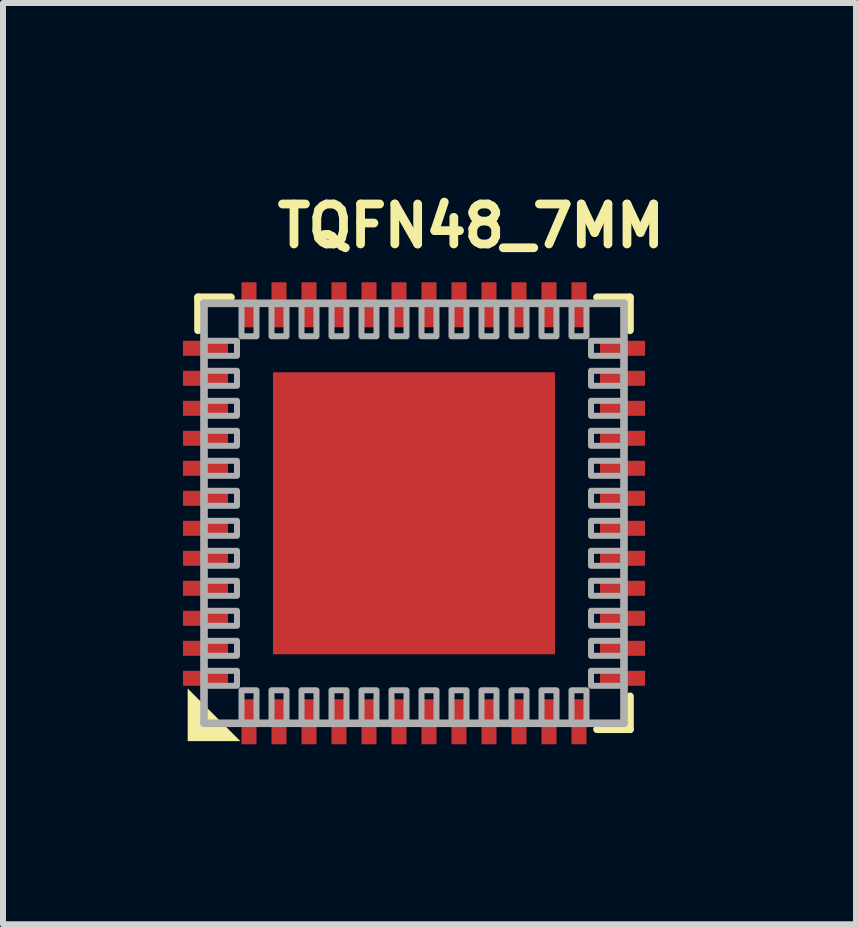
<source format=kicad_pcb>
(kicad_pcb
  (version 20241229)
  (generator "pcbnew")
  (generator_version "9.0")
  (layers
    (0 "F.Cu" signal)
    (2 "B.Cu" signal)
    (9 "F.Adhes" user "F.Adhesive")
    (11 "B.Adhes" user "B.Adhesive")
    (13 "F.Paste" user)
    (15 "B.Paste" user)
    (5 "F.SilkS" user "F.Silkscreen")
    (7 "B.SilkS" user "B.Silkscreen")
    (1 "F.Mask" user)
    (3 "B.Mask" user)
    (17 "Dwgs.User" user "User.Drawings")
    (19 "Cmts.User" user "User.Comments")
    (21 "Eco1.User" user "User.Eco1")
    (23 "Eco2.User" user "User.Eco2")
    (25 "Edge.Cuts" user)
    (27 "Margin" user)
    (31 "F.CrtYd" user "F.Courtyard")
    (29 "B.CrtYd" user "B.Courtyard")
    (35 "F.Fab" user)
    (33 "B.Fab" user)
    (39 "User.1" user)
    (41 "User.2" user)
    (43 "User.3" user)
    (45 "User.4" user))
  (footprint "TQFN48_7MM"
    (layer "F.Cu")
    (at 3.85 5.505)
    (property "Reference" "TQFN48_7MM" (at -2.35 -4.4 0) (layer "F.SilkS") (effects (font (size 0.666 0.666) (thickness 0.146)) (justify left bottom)))
    (fp_line (start -3.6 -3.6) (end -3.6 -3.05) (stroke (width 0.127) (type solid)) (layer "F.SilkS"))
    (fp_line (start -3.05 -3.6) (end -3.6 -3.6) (stroke (width 0.127) (type solid)) (layer "F.SilkS"))
    (fp_line (start 3.05 -3.6) (end 3.6 -3.6) (stroke (width 0.127) (type solid)) (layer "F.SilkS"))
    (fp_line (start 3.6 -3.6) (end 3.6 -3.05) (stroke (width 0.127) (type solid)) (layer "F.SilkS"))
    (fp_line (start 3.6 3.05) (end 3.6 3.6) (stroke (width 0.127) (type solid)) (layer "F.SilkS"))
    (fp_line (start 3.6 3.6) (end 3.05 3.6) (stroke (width 0.127) (type solid)) (layer "F.SilkS"))
    (fp_poly (pts (xy -2.895 3.797) (xy -3.772 3.797) (xy -3.772 2.92)) (stroke (width 0) (type default)) (fill yes) (layer "F.SilkS"))
    (fp_poly (pts (xy -2 -0.5) (xy -1 -0.5) (xy -1 -2) (xy -2 -2)) (stroke (width 0) (type default)) (fill yes) (layer "F.Paste"))
    (fp_poly (pts (xy -2 2) (xy -1 2) (xy -1 0.5) (xy -2 0.5)) (stroke (width 0) (type default)) (fill yes) (layer "F.Paste"))
    (fp_poly (pts (xy -0.5 -0.5) (xy 0.5 -0.5) (xy 0.5 -2) (xy -0.5 -2)) (stroke (width 0) (type default)) (fill yes) (layer "F.Paste"))
    (fp_poly (pts (xy -0.5 2) (xy 0.5 2) (xy 0.5 0.5) (xy -0.5 0.5)) (stroke (width 0) (type default)) (fill yes) (layer "F.Paste"))
    (fp_poly (pts (xy 1 -0.5) (xy 2 -0.5) (xy 2 -2) (xy 1 -2)) (stroke (width 0) (type default)) (fill yes) (layer "F.Paste"))
    (fp_poly (pts (xy 1 2) (xy 2 2) (xy 2 0.5) (xy 1 0.5)) (stroke (width 0) (type default)) (fill yes) (layer "F.Paste"))
    (fp_line (start -3.5 -3.5) (end 3.5 -3.5) (stroke (width 0.127) (type solid)) (layer "F.Fab"))
    (fp_line (start -3.5 3.5) (end -3.5 -3.5) (stroke (width 0.127) (type solid)) (layer "F.Fab"))
    (fp_line (start 3.5 -3.5) (end 3.5 3.5) (stroke (width 0.127) (type solid)) (layer "F.Fab"))
    (fp_line (start 3.5 3.5) (end -3.5 3.5) (stroke (width 0.127) (type solid)) (layer "F.Fab"))
    (fp_poly (pts (xy -3.5 -2.625) (xy -2.95 -2.625) (xy -2.95 -2.875) (xy -3.5 -2.875)) (stroke (width 0.1) (type default)) (fill no) (layer "F.Fab"))
    (fp_poly (pts (xy -3.5 -2.125) (xy -2.95 -2.125) (xy -2.95 -2.375) (xy -3.5 -2.375)) (stroke (width 0.1) (type default)) (fill no) (layer "F.Fab"))
    (fp_poly (pts (xy -3.5 -1.625) (xy -2.95 -1.625) (xy -2.95 -1.875) (xy -3.5 -1.875)) (stroke (width 0.1) (type default)) (fill no) (layer "F.Fab"))
    (fp_poly (pts (xy -3.5 -1.125) (xy -2.95 -1.125) (xy -2.95 -1.375) (xy -3.5 -1.375)) (stroke (width 0.1) (type default)) (fill no) (layer "F.Fab"))
    (fp_poly (pts (xy -3.5 -0.625) (xy -2.95 -0.625) (xy -2.95 -0.875) (xy -3.5 -0.875)) (stroke (width 0.1) (type default)) (fill no) (layer "F.Fab"))
    (fp_poly (pts (xy -3.5 -0.125) (xy -2.95 -0.125) (xy -2.95 -0.375) (xy -3.5 -0.375)) (stroke (width 0.1) (type default)) (fill no) (layer "F.Fab"))
    (fp_poly (pts (xy -3.5 0.375) (xy -2.95 0.375) (xy -2.95 0.125) (xy -3.5 0.125)) (stroke (width 0.1) (type default)) (fill no) (layer "F.Fab"))
    (fp_poly (pts (xy -3.5 0.875) (xy -2.95 0.875) (xy -2.95 0.625) (xy -3.5 0.625)) (stroke (width 0.1) (type default)) (fill no) (layer "F.Fab"))
    (fp_poly (pts (xy -3.5 1.375) (xy -2.95 1.375) (xy -2.95 1.125) (xy -3.5 1.125)) (stroke (width 0.1) (type default)) (fill no) (layer "F.Fab"))
    (fp_poly (pts (xy -3.5 1.875) (xy -2.95 1.875) (xy -2.95 1.625) (xy -3.5 1.625)) (stroke (width 0.1) (type default)) (fill no) (layer "F.Fab"))
    (fp_poly (pts (xy -3.5 2.375) (xy -2.95 2.375) (xy -2.95 2.125) (xy -3.5 2.125)) (stroke (width 0.1) (type default)) (fill no) (layer "F.Fab"))
    (fp_poly (pts (xy -3.5 2.875) (xy -2.95 2.875) (xy -2.95 2.625) (xy -3.5 2.625)) (stroke (width 0.1) (type default)) (fill no) (layer "F.Fab"))
    (fp_poly (pts (xy -2.875 -3.5) (xy -2.875 -2.95) (xy -2.625 -2.95) (xy -2.625 -3.5)) (stroke (width 0.1) (type default)) (fill no) (layer "F.Fab"))
    (fp_poly (pts (xy -2.625 3.5) (xy -2.625 2.95) (xy -2.875 2.95) (xy -2.875 3.5)) (stroke (width 0.1) (type default)) (fill no) (layer "F.Fab"))
    (fp_poly (pts (xy -2.375 -3.5) (xy -2.375 -2.95) (xy -2.125 -2.95) (xy -2.125 -3.5)) (stroke (width 0.1) (type default)) (fill no) (layer "F.Fab"))
    (fp_poly (pts (xy -2.125 3.5) (xy -2.125 2.95) (xy -2.375 2.95) (xy -2.375 3.5)) (stroke (width 0.1) (type default)) (fill no) (layer "F.Fab"))
    (fp_poly (pts (xy -1.875 -3.5) (xy -1.875 -2.95) (xy -1.625 -2.95) (xy -1.625 -3.5)) (stroke (width 0.1) (type default)) (fill no) (layer "F.Fab"))
    (fp_poly (pts (xy -1.625 3.5) (xy -1.625 2.95) (xy -1.875 2.95) (xy -1.875 3.5)) (stroke (width 0.1) (type default)) (fill no) (layer "F.Fab"))
    (fp_poly (pts (xy -1.375 -3.5) (xy -1.375 -2.95) (xy -1.125 -2.95) (xy -1.125 -3.5)) (stroke (width 0.1) (type default)) (fill no) (layer "F.Fab"))
    (fp_poly (pts (xy -1.125 3.5) (xy -1.125 2.95) (xy -1.375 2.95) (xy -1.375 3.5)) (stroke (width 0.1) (type default)) (fill no) (layer "F.Fab"))
    (fp_poly (pts (xy -0.875 -3.5) (xy -0.875 -2.95) (xy -0.625 -2.95) (xy -0.625 -3.5)) (stroke (width 0.1) (type default)) (fill no) (layer "F.Fab"))
    (fp_poly (pts (xy -0.625 3.5) (xy -0.625 2.95) (xy -0.875 2.95) (xy -0.875 3.5)) (stroke (width 0.1) (type default)) (fill no) (layer "F.Fab"))
    (fp_poly (pts (xy -0.375 -3.5) (xy -0.375 -2.95) (xy -0.125 -2.95) (xy -0.125 -3.5)) (stroke (width 0.1) (type default)) (fill no) (layer "F.Fab"))
    (fp_poly (pts (xy -0.125 3.5) (xy -0.125 2.95) (xy -0.375 2.95) (xy -0.375 3.5)) (stroke (width 0.1) (type default)) (fill no) (layer "F.Fab"))
    (fp_poly (pts (xy 0.125 -3.5) (xy 0.125 -2.95) (xy 0.375 -2.95) (xy 0.375 -3.5)) (stroke (width 0.1) (type default)) (fill no) (layer "F.Fab"))
    (fp_poly (pts (xy 0.375 3.5) (xy 0.375 2.95) (xy 0.125 2.95) (xy 0.125 3.5)) (stroke (width 0.1) (type default)) (fill no) (layer "F.Fab"))
    (fp_poly (pts (xy 0.625 -3.5) (xy 0.625 -2.95) (xy 0.875 -2.95) (xy 0.875 -3.5)) (stroke (width 0.1) (type default)) (fill no) (layer "F.Fab"))
    (fp_poly (pts (xy 0.875 3.5) (xy 0.875 2.95) (xy 0.625 2.95) (xy 0.625 3.5)) (stroke (width 0.1) (type default)) (fill no) (layer "F.Fab"))
    (fp_poly (pts (xy 1.125 -3.5) (xy 1.125 -2.95) (xy 1.375 -2.95) (xy 1.375 -3.5)) (stroke (width 0.1) (type default)) (fill no) (layer "F.Fab"))
    (fp_poly (pts (xy 1.375 3.5) (xy 1.375 2.95) (xy 1.125 2.95) (xy 1.125 3.5)) (stroke (width 0.1) (type default)) (fill no) (layer "F.Fab"))
    (fp_poly (pts (xy 1.625 -3.5) (xy 1.625 -2.95) (xy 1.875 -2.95) (xy 1.875 -3.5)) (stroke (width 0.1) (type default)) (fill no) (layer "F.Fab"))
    (fp_poly (pts (xy 1.875 3.5) (xy 1.875 2.95) (xy 1.625 2.95) (xy 1.625 3.5)) (stroke (width 0.1) (type default)) (fill no) (layer "F.Fab"))
    (fp_poly (pts (xy 2.125 -3.5) (xy 2.125 -2.95) (xy 2.375 -2.95) (xy 2.375 -3.5)) (stroke (width 0.1) (type default)) (fill no) (layer "F.Fab"))
    (fp_poly (pts (xy 2.375 3.5) (xy 2.375 2.95) (xy 2.125 2.95) (xy 2.125 3.5)) (stroke (width 0.1) (type default)) (fill no) (layer "F.Fab"))
    (fp_poly (pts (xy 2.625 -3.5) (xy 2.625 -2.95) (xy 2.875 -2.95) (xy 2.875 -3.5)) (stroke (width 0.1) (type default)) (fill no) (layer "F.Fab"))
    (fp_poly (pts (xy 2.875 3.5) (xy 2.875 2.95) (xy 2.625 2.95) (xy 2.625 3.5)) (stroke (width 0.1) (type default)) (fill no) (layer "F.Fab"))
    (fp_poly (pts (xy 3.5 -2.875) (xy 2.95 -2.875) (xy 2.95 -2.625) (xy 3.5 -2.625)) (stroke (width 0.1) (type default)) (fill no) (layer "F.Fab"))
    (fp_poly (pts (xy 3.5 -2.375) (xy 2.95 -2.375) (xy 2.95 -2.125) (xy 3.5 -2.125)) (stroke (width 0.1) (type default)) (fill no) (layer "F.Fab"))
    (fp_poly (pts (xy 3.5 -1.875) (xy 2.95 -1.875) (xy 2.95 -1.625) (xy 3.5 -1.625)) (stroke (width 0.1) (type default)) (fill no) (layer "F.Fab"))
    (fp_poly (pts (xy 3.5 -1.375) (xy 2.95 -1.375) (xy 2.95 -1.125) (xy 3.5 -1.125)) (stroke (width 0.1) (type default)) (fill no) (layer "F.Fab"))
    (fp_poly (pts (xy 3.5 -0.875) (xy 2.95 -0.875) (xy 2.95 -0.625) (xy 3.5 -0.625)) (stroke (width 0.1) (type default)) (fill no) (layer "F.Fab"))
    (fp_poly (pts (xy 3.5 -0.375) (xy 2.95 -0.375) (xy 2.95 -0.125) (xy 3.5 -0.125)) (stroke (width 0.1) (type default)) (fill no) (layer "F.Fab"))
    (fp_poly (pts (xy 3.5 0.125) (xy 2.95 0.125) (xy 2.95 0.375) (xy 3.5 0.375)) (stroke (width 0.1) (type default)) (fill no) (layer "F.Fab"))
    (fp_poly (pts (xy 3.5 0.625) (xy 2.95 0.625) (xy 2.95 0.875) (xy 3.5 0.875)) (stroke (width 0.1) (type default)) (fill no) (layer "F.Fab"))
    (fp_poly (pts (xy 3.5 1.125) (xy 2.95 1.125) (xy 2.95 1.375) (xy 3.5 1.375)) (stroke (width 0.1) (type default)) (fill no) (layer "F.Fab"))
    (fp_poly (pts (xy 3.5 1.625) (xy 2.95 1.625) (xy 2.95 1.875) (xy 3.5 1.875)) (stroke (width 0.1) (type default)) (fill no) (layer "F.Fab"))
    (fp_poly (pts (xy 3.5 2.125) (xy 2.95 2.125) (xy 2.95 2.375) (xy 3.5 2.375)) (stroke (width 0.1) (type default)) (fill no) (layer "F.Fab"))
    (fp_poly (pts (xy 3.5 2.625) (xy 2.95 2.625) (xy 2.95 2.875) (xy 3.5 2.875)) (stroke (width 0.1) (type default)) (fill no) (layer "F.Fab"))
    (pad "1" smd rect (at -2.75 3.475 90) (size 0.75 0.25) (layers "F.Cu" "F.Mask" "F.Paste"))
    (pad "2" smd rect (at -2.25 3.475 90) (size 0.75 0.25) (layers "F.Cu" "F.Mask" "F.Paste"))
    (pad "3" smd rect (at -1.75 3.475 90) (size 0.75 0.25) (layers "F.Cu" "F.Mask" "F.Paste"))
    (pad "4" smd rect (at -1.25 3.475 90) (size 0.75 0.25) (layers "F.Cu" "F.Mask" "F.Paste"))
    (pad "5" smd rect (at -0.75 3.475 90) (size 0.75 0.25) (layers "F.Cu" "F.Mask" "F.Paste"))
    (pad "6" smd rect (at -0.25 3.475 90) (size 0.75 0.25) (layers "F.Cu" "F.Mask" "F.Paste"))
    (pad "7" smd rect (at 0.25 3.475 90) (size 0.75 0.25) (layers "F.Cu" "F.Mask" "F.Paste"))
    (pad "8" smd rect (at 0.75 3.475 90) (size 0.75 0.25) (layers "F.Cu" "F.Mask" "F.Paste"))
    (pad "9" smd rect (at 1.25 3.475 90) (size 0.75 0.25) (layers "F.Cu" "F.Mask" "F.Paste"))
    (pad "10" smd rect (at 1.75 3.475 90) (size 0.75 0.25) (layers "F.Cu" "F.Mask" "F.Paste"))
    (pad "11" smd rect (at 2.25 3.475 90) (size 0.75 0.25) (layers "F.Cu" "F.Mask" "F.Paste"))
    (pad "12" smd rect (at 2.75 3.475 90) (size 0.75 0.25) (layers "F.Cu" "F.Mask" "F.Paste"))
    (pad "13" smd rect (at 3.475 2.75 180) (size 0.75 0.25) (layers "F.Cu" "F.Mask" "F.Paste"))
    (pad "14" smd rect (at 3.475 2.25 180) (size 0.75 0.25) (layers "F.Cu" "F.Mask" "F.Paste"))
    (pad "15" smd rect (at 3.475 1.75 180) (size 0.75 0.25) (layers "F.Cu" "F.Mask" "F.Paste"))
    (pad "16" smd rect (at 3.475 1.25 180) (size 0.75 0.25) (layers "F.Cu" "F.Mask" "F.Paste"))
    (pad "17" smd rect (at 3.475 0.75 180) (size 0.75 0.25) (layers "F.Cu" "F.Mask" "F.Paste"))
    (pad "18" smd rect (at 3.475 0.25 180) (size 0.75 0.25) (layers "F.Cu" "F.Mask" "F.Paste"))
    (pad "19" smd rect (at 3.475 -0.25 180) (size 0.75 0.25) (layers "F.Cu" "F.Mask" "F.Paste"))
    (pad "20" smd rect (at 3.475 -0.75 180) (size 0.75 0.25) (layers "F.Cu" "F.Mask" "F.Paste"))
    (pad "21" smd rect (at 3.475 -1.25 180) (size 0.75 0.25) (layers "F.Cu" "F.Mask" "F.Paste"))
    (pad "22" smd rect (at 3.475 -1.75 180) (size 0.75 0.25) (layers "F.Cu" "F.Mask" "F.Paste"))
    (pad "23" smd rect (at 3.475 -2.25 180) (size 0.75 0.25) (layers "F.Cu" "F.Mask" "F.Paste"))
    (pad "24" smd rect (at 3.475 -2.75 180) (size 0.75 0.25) (layers "F.Cu" "F.Mask" "F.Paste"))
    (pad "25" smd rect (at 2.75 -3.475 270) (size 0.75 0.25) (layers "F.Cu" "F.Mask" "F.Paste"))
    (pad "26" smd rect (at 2.25 -3.475 270) (size 0.75 0.25) (layers "F.Cu" "F.Mask" "F.Paste"))
    (pad "27" smd rect (at 1.75 -3.475 270) (size 0.75 0.25) (layers "F.Cu" "F.Mask" "F.Paste"))
    (pad "28" smd rect (at 1.25 -3.475 270) (size 0.75 0.25) (layers "F.Cu" "F.Mask" "F.Paste"))
    (pad "29" smd rect (at 0.75 -3.475 270) (size 0.75 0.25) (layers "F.Cu" "F.Mask" "F.Paste"))
    (pad "30" smd rect (at 0.25 -3.475 270) (size 0.75 0.25) (layers "F.Cu" "F.Mask" "F.Paste"))
    (pad "31" smd rect (at -0.25 -3.475 270) (size 0.75 0.25) (layers "F.Cu" "F.Mask" "F.Paste"))
    (pad "32" smd rect (at -0.75 -3.475 270) (size 0.75 0.25) (layers "F.Cu" "F.Mask" "F.Paste"))
    (pad "33" smd rect (at -1.25 -3.475 270) (size 0.75 0.25) (layers "F.Cu" "F.Mask" "F.Paste"))
    (pad "34" smd rect (at -1.75 -3.475 270) (size 0.75 0.25) (layers "F.Cu" "F.Mask" "F.Paste"))
    (pad "35" smd rect (at -2.25 -3.475 270) (size 0.75 0.25) (layers "F.Cu" "F.Mask" "F.Paste"))
    (pad "36" smd rect (at -2.75 -3.475 270) (size 0.75 0.25) (layers "F.Cu" "F.Mask" "F.Paste"))
    (pad "37" smd rect (at -3.475 -2.75) (size 0.75 0.25) (layers "F.Cu" "F.Mask" "F.Paste"))
    (pad "38" smd rect (at -3.475 -2.25) (size 0.75 0.25) (layers "F.Cu" "F.Mask" "F.Paste"))
    (pad "39" smd rect (at -3.475 -1.75) (size 0.75 0.25) (layers "F.Cu" "F.Mask" "F.Paste"))
    (pad "40" smd rect (at -3.475 -1.25) (size 0.75 0.25) (layers "F.Cu" "F.Mask" "F.Paste"))
    (pad "41" smd rect (at -3.475 -0.75) (size 0.75 0.25) (layers "F.Cu" "F.Mask" "F.Paste"))
    (pad "42" smd rect (at -3.475 -0.25) (size 0.75 0.25) (layers "F.Cu" "F.Mask" "F.Paste"))
    (pad "43" smd rect (at -3.475 0.25) (size 0.75 0.25) (layers "F.Cu" "F.Mask" "F.Paste"))
    (pad "44" smd rect (at -3.475 0.75) (size 0.75 0.25) (layers "F.Cu" "F.Mask" "F.Paste"))
    (pad "45" smd rect (at -3.475 1.25) (size 0.75 0.25) (layers "F.Cu" "F.Mask" "F.Paste"))
    (pad "46" smd rect (at -3.475 1.75) (size 0.75 0.25) (layers "F.Cu" "F.Mask" "F.Paste"))
    (pad "47" smd rect (at -3.475 2.25) (size 0.75 0.25) (layers "F.Cu" "F.Mask" "F.Paste"))
    (pad "48" smd rect (at -3.475 2.75) (size 0.75 0.25) (layers "F.Cu" "F.Mask" "F.Paste"))
    (pad "THERMAL" smd rect (at 0 0) (size 4.7 4.7) (layers "F.Cu" "F.Mask")))
  (gr_rect
    (start -3 -3)
    (end 11.217 12.355)
    (stroke (width 0.1) (type default))
    (fill no)
    (layer "Edge.Cuts")))
</source>
